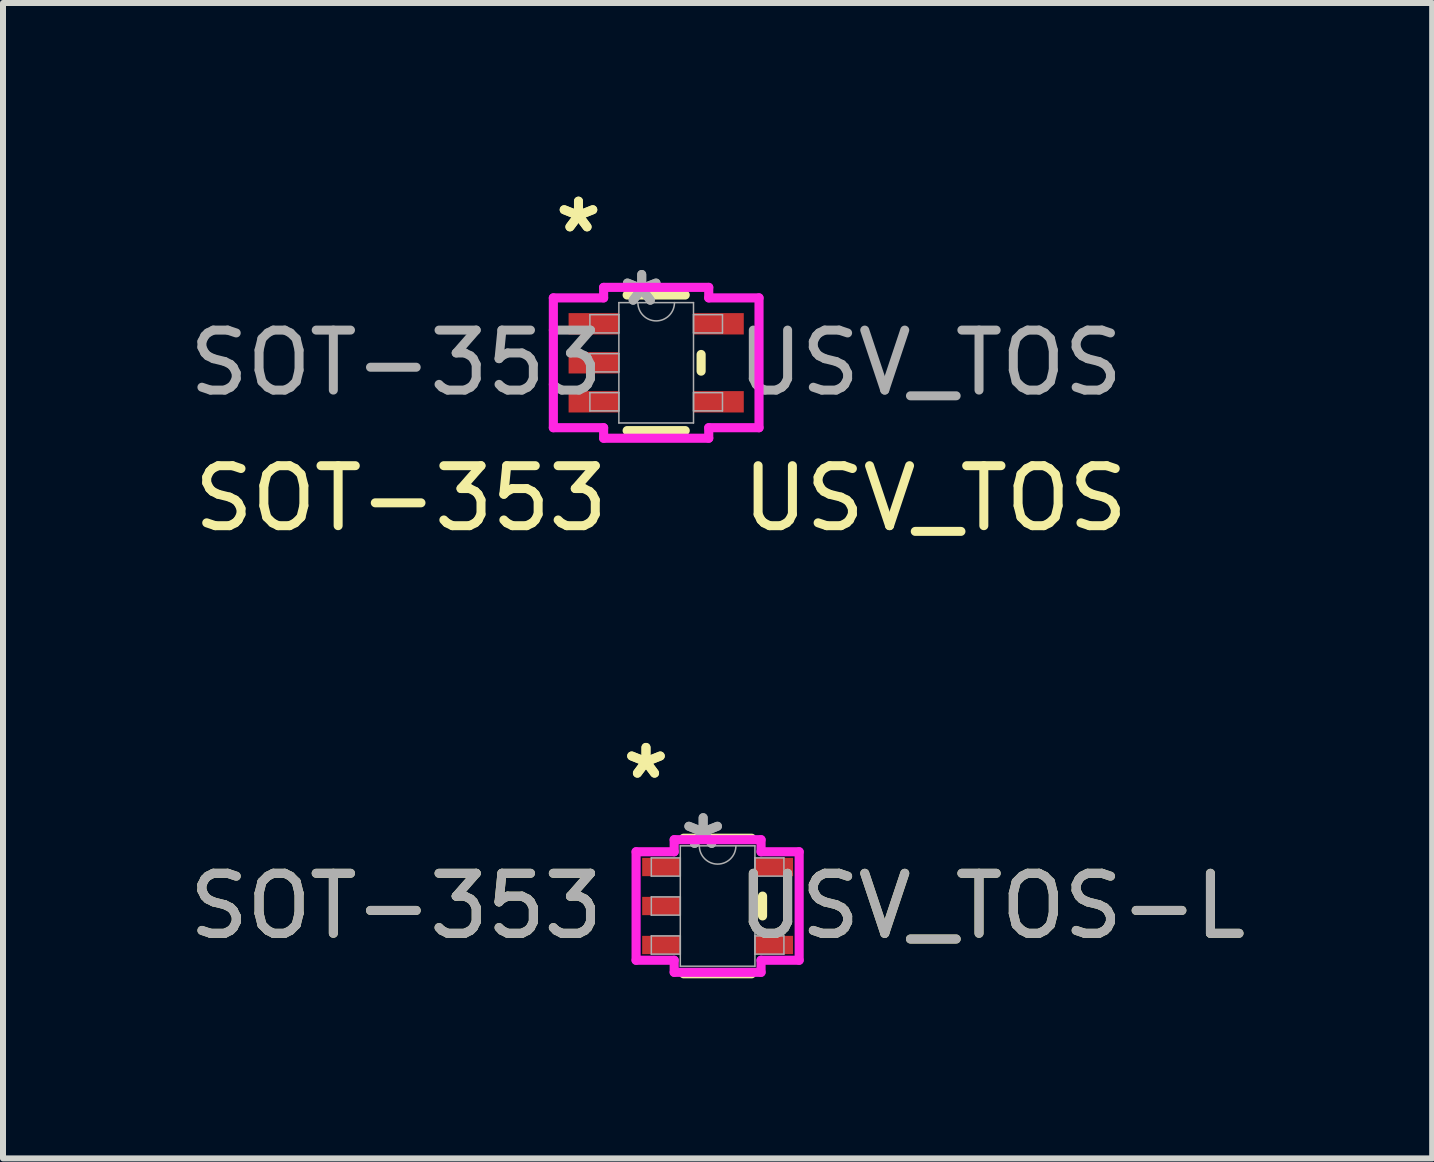
<source format=kicad_pcb>
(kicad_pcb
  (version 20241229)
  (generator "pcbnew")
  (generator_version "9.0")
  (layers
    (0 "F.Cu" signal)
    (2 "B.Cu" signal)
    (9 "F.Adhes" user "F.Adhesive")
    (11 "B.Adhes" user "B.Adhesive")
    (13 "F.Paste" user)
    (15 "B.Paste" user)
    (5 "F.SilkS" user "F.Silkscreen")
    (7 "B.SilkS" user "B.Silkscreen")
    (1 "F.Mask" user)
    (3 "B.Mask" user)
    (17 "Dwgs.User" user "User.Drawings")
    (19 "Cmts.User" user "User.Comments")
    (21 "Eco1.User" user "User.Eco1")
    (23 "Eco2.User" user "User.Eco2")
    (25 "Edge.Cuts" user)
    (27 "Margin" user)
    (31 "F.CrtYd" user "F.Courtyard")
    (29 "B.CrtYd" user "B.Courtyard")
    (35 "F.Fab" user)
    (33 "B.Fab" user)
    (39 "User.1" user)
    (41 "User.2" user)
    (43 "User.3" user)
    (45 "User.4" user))
  (footprint "SOT-353   USV_TOS"
    (layer "F.Cu")
    (at 7.887 2.997)
    (property "Reference" "SOT-353   USV_TOS" (at 0.08 2.26 0) (unlocked yes) (layer "F.SilkS") (effects (font (size 1 1) (thickness 0.15))))
    (attr smd)
    (fp_line (start -0.484 1.13) (end 0.484 1.13) (stroke (width 0.152) (type solid)) (layer "F.SilkS"))
    (fp_line (start 0.484 -1.13) (end -0.484 -1.13) (stroke (width 0.152) (type solid)) (layer "F.SilkS"))
    (fp_line (start 0.749 0.139) (end 0.749 -0.139) (stroke (width 0.152) (type solid)) (layer "F.SilkS"))
    (fp_line (start -1.714 -1.082) (end -0.876 -1.082) (stroke (width 0.152) (type solid)) (layer "F.CrtYd"))
    (fp_line (start -1.714 1.082) (end -1.714 -1.082) (stroke (width 0.152) (type solid)) (layer "F.CrtYd"))
    (fp_line (start -1.714 1.082) (end -0.876 1.082) (stroke (width 0.152) (type solid)) (layer "F.CrtYd"))
    (fp_line (start -0.876 -1.257) (end 0.876 -1.257) (stroke (width 0.152) (type solid)) (layer "F.CrtYd"))
    (fp_line (start -0.876 -1.082) (end -0.876 -1.257) (stroke (width 0.152) (type solid)) (layer "F.CrtYd"))
    (fp_line (start -0.876 1.257) (end -0.876 1.082) (stroke (width 0.152) (type solid)) (layer "F.CrtYd"))
    (fp_line (start 0.876 -1.257) (end 0.876 -1.082) (stroke (width 0.152) (type solid)) (layer "F.CrtYd"))
    (fp_line (start 0.876 1.082) (end 0.876 1.257) (stroke (width 0.152) (type solid)) (layer "F.CrtYd"))
    (fp_line (start 0.876 1.257) (end -0.876 1.257) (stroke (width 0.152) (type solid)) (layer "F.CrtYd"))
    (fp_line (start 1.714 -1.082) (end 0.876 -1.082) (stroke (width 0.152) (type solid)) (layer "F.CrtYd"))
    (fp_line (start 1.714 -1.082) (end 1.714 1.082) (stroke (width 0.152) (type solid)) (layer "F.CrtYd"))
    (fp_line (start 1.714 1.082) (end 0.876 1.082) (stroke (width 0.152) (type solid)) (layer "F.CrtYd"))
    (fp_line (start -1.105 -0.802) (end -1.105 -0.498) (stroke (width 0.025) (type solid)) (layer "F.Fab"))
    (fp_line (start -1.105 -0.498) (end -0.622 -0.498) (stroke (width 0.025) (type solid)) (layer "F.Fab"))
    (fp_line (start -1.105 -0.152) (end -1.105 0.152) (stroke (width 0.025) (type solid)) (layer "F.Fab"))
    (fp_line (start -1.105 0.152) (end -0.622 0.152) (stroke (width 0.025) (type solid)) (layer "F.Fab"))
    (fp_line (start -1.105 0.498) (end -1.105 0.802) (stroke (width 0.025) (type solid)) (layer "F.Fab"))
    (fp_line (start -1.105 0.802) (end -0.622 0.802) (stroke (width 0.025) (type solid)) (layer "F.Fab"))
    (fp_line (start -0.622 -1.003) (end -0.622 1.003) (stroke (width 0.025) (type solid)) (layer "F.Fab"))
    (fp_line (start -0.622 -0.802) (end -1.105 -0.802) (stroke (width 0.025) (type solid)) (layer "F.Fab"))
    (fp_line (start -0.622 -0.498) (end -0.622 -0.802) (stroke (width 0.025) (type solid)) (layer "F.Fab"))
    (fp_line (start -0.622 -0.152) (end -1.105 -0.152) (stroke (width 0.025) (type solid)) (layer "F.Fab"))
    (fp_line (start -0.622 0.152) (end -0.622 -0.152) (stroke (width 0.025) (type solid)) (layer "F.Fab"))
    (fp_line (start -0.622 0.498) (end -1.105 0.498) (stroke (width 0.025) (type solid)) (layer "F.Fab"))
    (fp_line (start -0.622 0.802) (end -0.622 0.498) (stroke (width 0.025) (type solid)) (layer "F.Fab"))
    (fp_line (start -0.622 1.003) (end 0.622 1.003) (stroke (width 0.025) (type solid)) (layer "F.Fab"))
    (fp_line (start 0.622 -1.003) (end -0.622 -1.003) (stroke (width 0.025) (type solid)) (layer "F.Fab"))
    (fp_line (start 0.622 -0.802) (end 0.622 -0.498) (stroke (width 0.025) (type solid)) (layer "F.Fab"))
    (fp_line (start 0.622 -0.498) (end 1.105 -0.498) (stroke (width 0.025) (type solid)) (layer "F.Fab"))
    (fp_line (start 0.622 0.498) (end 0.622 0.802) (stroke (width 0.025) (type solid)) (layer "F.Fab"))
    (fp_line (start 0.622 0.802) (end 1.105 0.802) (stroke (width 0.025) (type solid)) (layer "F.Fab"))
    (fp_line (start 0.622 1.003) (end 0.622 -1.003) (stroke (width 0.025) (type solid)) (layer "F.Fab"))
    (fp_line (start 1.105 -0.802) (end 0.622 -0.802) (stroke (width 0.025) (type solid)) (layer "F.Fab"))
    (fp_line (start 1.105 -0.498) (end 1.105 -0.802) (stroke (width 0.025) (type solid)) (layer "F.Fab"))
    (fp_line (start 1.105 0.498) (end 0.622 0.498) (stroke (width 0.025) (type solid)) (layer "F.Fab"))
    (fp_line (start 1.105 0.802) (end 1.105 0.498) (stroke (width 0.025) (type solid)) (layer "F.Fab"))
    (fp_arc (start 0.3048 -1.0033) (mid 0 -0.6985) (end -0.3048 -1.0033) (stroke (width 0.0254) (type solid)) (layer "F.Fab"))
    (fp_text user "*" (at -1.295 -2.149 0) (unlocked yes) (layer "F.SilkS") (effects (font (size 1 1) (thickness 0.15))))
    (fp_text user "*" (at -1.295 -2.149 0) (layer "F.SilkS") (effects (font (size 1 1) (thickness 0.15))))
    (fp_text user "*" (at -0.241 -0.927 0) (layer "F.Fab") (effects (font (size 1 1) (thickness 0.15))))
    (fp_text user "${REFERENCE}" (at 0 0 0) (unlocked yes) (layer "F.Fab") (effects (font (size 1 1) (thickness 0.15))))
    (fp_text user "*" (at -0.241 -0.927 0) (unlocked yes) (layer "F.Fab") (effects (font (size 1 1) (thickness 0.15))))
    (pad "1" smd rect (at -1.041 -0.65) (size 0.838 0.356) (layers "F.Cu" "F.Mask" "F.Paste"))
    (pad "2" smd rect (at -1.041 0) (size 0.838 0.356) (layers "F.Cu" "F.Mask" "F.Paste"))
    (pad "3" smd rect (at -1.041 0.65) (size 0.838 0.356) (layers "F.Cu" "F.Mask" "F.Paste"))
    (pad "4" smd rect (at 1.041 0.65) (size 0.838 0.356) (layers "F.Cu" "F.Mask" "F.Paste"))
    (pad "5" smd rect (at 1.041 -0.65) (size 0.838 0.356) (layers "F.Cu" "F.Mask" "F.Paste")))
  (footprint "SOT-353   USV_TOS-L"
    (layer "F.Cu")
    (at 8.911 12.051)
    (property "Reference" "SOT-353   USV_TOS-L" (at 0 0 0) (unlocked yes) (layer "F.SilkS") (effects (font (size 1 1) (thickness 0.15))))
    (attr smd)
    (fp_line (start -0.566 1.13) (end 0.566 1.13) (stroke (width 0.152) (type solid)) (layer "F.SilkS"))
    (fp_line (start 0.566 -1.13) (end -0.566 -1.13) (stroke (width 0.152) (type solid)) (layer "F.SilkS"))
    (fp_line (start 0.749 0.165) (end 0.749 -0.165) (stroke (width 0.152) (type solid)) (layer "F.SilkS"))
    (fp_line (start -1.359 -0.904) (end -0.724 -0.904) (stroke (width 0.152) (type solid)) (layer "F.CrtYd"))
    (fp_line (start -1.359 0.904) (end -1.359 -0.904) (stroke (width 0.152) (type solid)) (layer "F.CrtYd"))
    (fp_line (start -1.359 0.904) (end -0.724 0.904) (stroke (width 0.152) (type solid)) (layer "F.CrtYd"))
    (fp_line (start -0.724 -1.105) (end 0.724 -1.105) (stroke (width 0.152) (type solid)) (layer "F.CrtYd"))
    (fp_line (start -0.724 -0.904) (end -0.724 -1.105) (stroke (width 0.152) (type solid)) (layer "F.CrtYd"))
    (fp_line (start -0.724 1.105) (end -0.724 0.904) (stroke (width 0.152) (type solid)) (layer "F.CrtYd"))
    (fp_line (start 0.724 -1.105) (end 0.724 -0.904) (stroke (width 0.152) (type solid)) (layer "F.CrtYd"))
    (fp_line (start 0.724 0.904) (end 0.724 1.105) (stroke (width 0.152) (type solid)) (layer "F.CrtYd"))
    (fp_line (start 0.724 1.105) (end -0.724 1.105) (stroke (width 0.152) (type solid)) (layer "F.CrtYd"))
    (fp_line (start 1.359 -0.904) (end 0.724 -0.904) (stroke (width 0.152) (type solid)) (layer "F.CrtYd"))
    (fp_line (start 1.359 -0.904) (end 1.359 0.904) (stroke (width 0.152) (type solid)) (layer "F.CrtYd"))
    (fp_line (start 1.359 0.904) (end 0.724 0.904) (stroke (width 0.152) (type solid)) (layer "F.CrtYd"))
    (fp_line (start -1.105 -0.802) (end -1.105 -0.498) (stroke (width 0.025) (type solid)) (layer "F.Fab"))
    (fp_line (start -1.105 -0.498) (end -0.622 -0.498) (stroke (width 0.025) (type solid)) (layer "F.Fab"))
    (fp_line (start -1.105 -0.152) (end -1.105 0.152) (stroke (width 0.025) (type solid)) (layer "F.Fab"))
    (fp_line (start -1.105 0.152) (end -0.622 0.152) (stroke (width 0.025) (type solid)) (layer "F.Fab"))
    (fp_line (start -1.105 0.498) (end -1.105 0.802) (stroke (width 0.025) (type solid)) (layer "F.Fab"))
    (fp_line (start -1.105 0.802) (end -0.622 0.802) (stroke (width 0.025) (type solid)) (layer "F.Fab"))
    (fp_line (start -0.622 -1.003) (end -0.622 1.003) (stroke (width 0.025) (type solid)) (layer "F.Fab"))
    (fp_line (start -0.622 -0.802) (end -1.105 -0.802) (stroke (width 0.025) (type solid)) (layer "F.Fab"))
    (fp_line (start -0.622 -0.498) (end -0.622 -0.802) (stroke (width 0.025) (type solid)) (layer "F.Fab"))
    (fp_line (start -0.622 -0.152) (end -1.105 -0.152) (stroke (width 0.025) (type solid)) (layer "F.Fab"))
    (fp_line (start -0.622 0.152) (end -0.622 -0.152) (stroke (width 0.025) (type solid)) (layer "F.Fab"))
    (fp_line (start -0.622 0.498) (end -1.105 0.498) (stroke (width 0.025) (type solid)) (layer "F.Fab"))
    (fp_line (start -0.622 0.802) (end -0.622 0.498) (stroke (width 0.025) (type solid)) (layer "F.Fab"))
    (fp_line (start -0.622 1.003) (end 0.622 1.003) (stroke (width 0.025) (type solid)) (layer "F.Fab"))
    (fp_line (start 0.622 -1.003) (end -0.622 -1.003) (stroke (width 0.025) (type solid)) (layer "F.Fab"))
    (fp_line (start 0.622 -0.802) (end 0.622 -0.498) (stroke (width 0.025) (type solid)) (layer "F.Fab"))
    (fp_line (start 0.622 -0.498) (end 1.105 -0.498) (stroke (width 0.025) (type solid)) (layer "F.Fab"))
    (fp_line (start 0.622 0.498) (end 0.622 0.802) (stroke (width 0.025) (type solid)) (layer "F.Fab"))
    (fp_line (start 0.622 0.802) (end 1.105 0.802) (stroke (width 0.025) (type solid)) (layer "F.Fab"))
    (fp_line (start 0.622 1.003) (end 0.622 -1.003) (stroke (width 0.025) (type solid)) (layer "F.Fab"))
    (fp_line (start 1.105 -0.802) (end 0.622 -0.802) (stroke (width 0.025) (type solid)) (layer "F.Fab"))
    (fp_line (start 1.105 -0.498) (end 1.105 -0.802) (stroke (width 0.025) (type solid)) (layer "F.Fab"))
    (fp_line (start 1.105 0.498) (end 0.622 0.498) (stroke (width 0.025) (type solid)) (layer "F.Fab"))
    (fp_line (start 1.105 0.802) (end 1.105 0.498) (stroke (width 0.025) (type solid)) (layer "F.Fab"))
    (fp_arc (start 0.3048 -1.0033) (mid 0 -0.6985) (end -0.3048 -1.0033) (stroke (width 0.0254) (type solid)) (layer "F.Fab"))
    (fp_text user "*" (at -1.194 -2.098 0) (layer "F.SilkS") (effects (font (size 1 1) (thickness 0.15))))
    (fp_text user "*" (at -1.194 -2.098 0) (unlocked yes) (layer "F.SilkS") (effects (font (size 1 1) (thickness 0.15))))
    (fp_text user "${REFERENCE}" (at 0 0 0) (unlocked yes) (layer "F.Fab") (effects (font (size 1 1) (thickness 0.15))))
    (fp_text user "*" (at -0.241 -0.927 0) (unlocked yes) (layer "F.Fab") (effects (font (size 1 1) (thickness 0.15))))
    (fp_text user "*" (at -0.241 -0.927 0) (layer "F.Fab") (effects (font (size 1 1) (thickness 0.15))))
    (pad "1" smd rect (at -0.94 -0.65) (size 0.635 0.305) (layers "F.Cu" "F.Mask" "F.Paste"))
    (pad "2" smd rect (at -0.94 0) (size 0.635 0.305) (layers "F.Cu" "F.Mask" "F.Paste"))
    (pad "3" smd rect (at -0.94 0.65) (size 0.635 0.305) (layers "F.Cu" "F.Mask" "F.Paste"))
    (pad "4" smd rect (at 0.94 0.65) (size 0.635 0.305) (layers "F.Cu" "F.Mask" "F.Paste"))
    (pad "5" smd rect (at 0.94 -0.65) (size 0.635 0.305) (layers "F.Cu" "F.Mask" "F.Paste")))
  (gr_rect
    (start -3 -3)
    (end 20.821 16.258)
    (stroke (width 0.1) (type default))
    (fill no)
    (layer "Edge.Cuts")))
</source>
